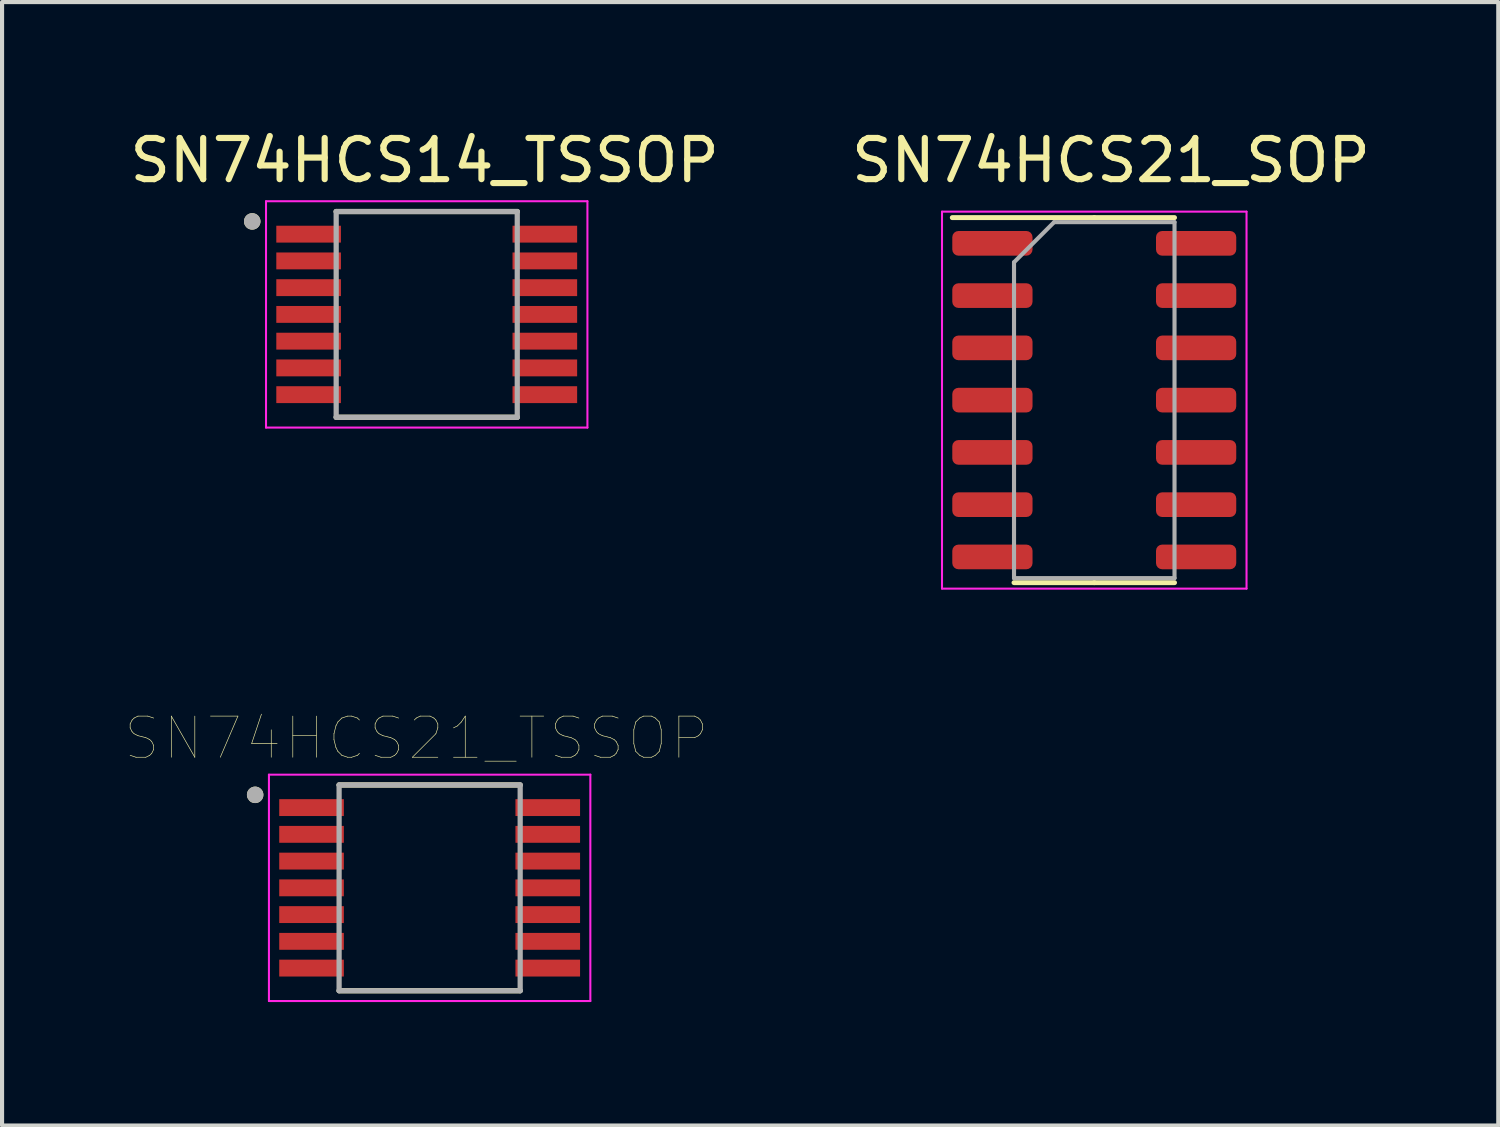
<source format=kicad_pcb>
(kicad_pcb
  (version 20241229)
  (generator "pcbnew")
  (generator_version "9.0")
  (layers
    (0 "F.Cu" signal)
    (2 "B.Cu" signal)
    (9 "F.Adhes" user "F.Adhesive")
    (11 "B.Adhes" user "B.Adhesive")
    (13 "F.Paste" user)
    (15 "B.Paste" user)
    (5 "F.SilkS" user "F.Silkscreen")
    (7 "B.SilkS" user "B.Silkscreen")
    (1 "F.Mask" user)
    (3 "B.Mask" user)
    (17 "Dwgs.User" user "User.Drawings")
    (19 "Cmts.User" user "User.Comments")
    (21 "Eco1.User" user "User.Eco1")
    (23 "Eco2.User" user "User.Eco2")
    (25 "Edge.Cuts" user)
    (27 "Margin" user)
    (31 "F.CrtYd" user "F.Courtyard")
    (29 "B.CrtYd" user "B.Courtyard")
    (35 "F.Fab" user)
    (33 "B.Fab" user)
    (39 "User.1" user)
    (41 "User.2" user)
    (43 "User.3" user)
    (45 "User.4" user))
  (footprint "SN74HCS21_SOP"
    (layer "F.Cu")
    (at 23.438 2.253)
    (property "Reference" "SN74HCS21_SOP" (at 0.508 -1.405 0) (layer "F.SilkS") (effects (font (size 1 1) (thickness 0.15))))
    (attr through_hole)
    (fp_line (start 0.102 -0.015) (end -3.348 -0.015) (stroke (width 0.12) (type solid)) (layer "F.SilkS"))
    (fp_line (start 0.102 -0.015) (end 2.052 -0.015) (stroke (width 0.12) (type solid)) (layer "F.SilkS"))
    (fp_line (start 0.102 8.855) (end -1.848 8.855) (stroke (width 0.12) (type solid)) (layer "F.SilkS"))
    (fp_line (start 0.102 8.855) (end 2.052 8.855) (stroke (width 0.12) (type solid)) (layer "F.SilkS"))
    (fp_line (start -3.598 -0.16) (end -3.598 9) (stroke (width 0.05) (type solid)) (layer "F.CrtYd"))
    (fp_line (start -3.598 9) (end 3.802 9) (stroke (width 0.05) (type solid)) (layer "F.CrtYd"))
    (fp_line (start 3.802 -0.16) (end -3.598 -0.16) (stroke (width 0.05) (type solid)) (layer "F.CrtYd"))
    (fp_line (start 3.802 9) (end 3.802 -0.16) (stroke (width 0.05) (type solid)) (layer "F.CrtYd"))
    (fp_line (start -1.848 1.07) (end -0.873 0.095) (stroke (width 0.1) (type solid)) (layer "F.Fab"))
    (fp_line (start -1.848 8.745) (end -1.848 1.07) (stroke (width 0.1) (type solid)) (layer "F.Fab"))
    (fp_line (start -0.873 0.095) (end 2.052 0.095) (stroke (width 0.1) (type solid)) (layer "F.Fab"))
    (fp_line (start 2.052 0.095) (end 2.052 8.745) (stroke (width 0.1) (type solid)) (layer "F.Fab"))
    (fp_line (start 2.052 8.745) (end -1.848 8.745) (stroke (width 0.1) (type solid)) (layer "F.Fab"))
    (pad "1" smd roundrect (at -2.373 0.61) (size 1.95 0.6) (layers "F.Cu" "F.Mask" "F.Paste") (roundrect_rratio 0.25))
    (pad "2" smd roundrect (at -2.373 1.88) (size 1.95 0.6) (layers "F.Cu" "F.Mask" "F.Paste") (roundrect_rratio 0.25))
    (pad "3" smd roundrect (at -2.373 3.15) (size 1.95 0.6) (layers "F.Cu" "F.Mask" "F.Paste") (roundrect_rratio 0.25))
    (pad "4" smd roundrect (at -2.373 4.42) (size 1.95 0.6) (layers "F.Cu" "F.Mask" "F.Paste") (roundrect_rratio 0.25))
    (pad "5" smd roundrect (at -2.373 5.69) (size 1.95 0.6) (layers "F.Cu" "F.Mask" "F.Paste") (roundrect_rratio 0.25))
    (pad "6" smd roundrect (at -2.373 6.96) (size 1.95 0.6) (layers "F.Cu" "F.Mask" "F.Paste") (roundrect_rratio 0.25))
    (pad "7" smd roundrect (at -2.373 8.23) (size 1.95 0.6) (layers "F.Cu" "F.Mask" "F.Paste") (roundrect_rratio 0.25))
    (pad "8" smd roundrect (at 2.577 8.23) (size 1.95 0.6) (layers "F.Cu" "F.Mask" "F.Paste") (roundrect_rratio 0.25))
    (pad "9" smd roundrect (at 2.577 6.96) (size 1.95 0.6) (layers "F.Cu" "F.Mask" "F.Paste") (roundrect_rratio 0.25))
    (pad "10" smd roundrect (at 2.577 5.69) (size 1.95 0.6) (layers "F.Cu" "F.Mask" "F.Paste") (roundrect_rratio 0.25))
    (pad "11" smd roundrect (at 2.577 4.42) (size 1.95 0.6) (layers "F.Cu" "F.Mask" "F.Paste") (roundrect_rratio 0.25))
    (pad "12" smd roundrect (at 2.577 3.15) (size 1.95 0.6) (layers "F.Cu" "F.Mask" "F.Paste") (roundrect_rratio 0.25))
    (pad "13" smd roundrect (at 2.577 1.88) (size 1.95 0.6) (layers "F.Cu" "F.Mask" "F.Paste") (roundrect_rratio 0.25))
    (pad "14" smd roundrect (at 2.577 0.61) (size 1.95 0.6) (layers "F.Cu" "F.Mask" "F.Paste") (roundrect_rratio 0.25)))
  (footprint "SN74HCS14_TSSOP"
    (layer "F.Cu")
    (at 7.471 1.237)
    (property "Reference" "SN74HCS14_TSSOP" (at -0.203 -0.389 0) (layer "F.SilkS") (effects (font (size 1 1) (thickness 0.15))))
    (attr through_hole)
    (fp_line (start -2.352 0.853) (end 2.048 0.853) (stroke (width 0.127) (type solid)) (layer "F.SilkS"))
    (fp_line (start -2.352 5.853) (end 2.048 5.853) (stroke (width 0.127) (type solid)) (layer "F.SilkS"))
    (fp_circle (center -4.392 1.093) (end -4.292 1.093) (stroke (width 0.2) (type solid)) (fill no) (layer "F.SilkS"))
    (fp_line (start -4.057 0.603) (end -4.057 6.103) (stroke (width 0.05) (type solid)) (layer "F.CrtYd"))
    (fp_line (start -4.057 0.603) (end 3.753 0.603) (stroke (width 0.05) (type solid)) (layer "F.CrtYd"))
    (fp_line (start -4.057 6.103) (end 3.753 6.103) (stroke (width 0.05) (type solid)) (layer "F.CrtYd"))
    (fp_line (start 3.753 0.603) (end 3.753 6.103) (stroke (width 0.05) (type solid)) (layer "F.CrtYd"))
    (fp_line (start -2.352 0.853) (end -2.352 5.853) (stroke (width 0.127) (type solid)) (layer "F.Fab"))
    (fp_line (start -2.352 0.853) (end 2.048 0.853) (stroke (width 0.127) (type solid)) (layer "F.Fab"))
    (fp_line (start -2.352 5.853) (end 2.048 5.853) (stroke (width 0.127) (type solid)) (layer "F.Fab"))
    (fp_line (start 2.048 0.853) (end 2.048 5.853) (stroke (width 0.127) (type solid)) (layer "F.Fab"))
    (fp_circle (center -4.392 1.093) (end -4.292 1.093) (stroke (width 0.2) (type solid)) (fill no) (layer "F.Fab"))
    (pad "1" smd rect (at -3.022 1.403) (size 1.57 0.41) (layers "F.Cu" "F.Mask" "F.Paste"))
    (pad "2" smd rect (at -3.022 2.053) (size 1.57 0.41) (layers "F.Cu" "F.Mask" "F.Paste"))
    (pad "3" smd rect (at -3.022 2.703) (size 1.57 0.41) (layers "F.Cu" "F.Mask" "F.Paste"))
    (pad "4" smd rect (at -3.022 3.353) (size 1.57 0.41) (layers "F.Cu" "F.Mask" "F.Paste"))
    (pad "5" smd rect (at -3.022 4.003) (size 1.57 0.41) (layers "F.Cu" "F.Mask" "F.Paste"))
    (pad "6" smd rect (at -3.022 4.653) (size 1.57 0.41) (layers "F.Cu" "F.Mask" "F.Paste"))
    (pad "7" smd rect (at -3.022 5.303) (size 1.57 0.41) (layers "F.Cu" "F.Mask" "F.Paste"))
    (pad "8" smd rect (at 2.718 5.303) (size 1.57 0.41) (layers "F.Cu" "F.Mask" "F.Paste"))
    (pad "9" smd rect (at 2.718 4.653) (size 1.57 0.41) (layers "F.Cu" "F.Mask" "F.Paste"))
    (pad "10" smd rect (at 2.718 4.003) (size 1.57 0.41) (layers "F.Cu" "F.Mask" "F.Paste"))
    (pad "11" smd rect (at 2.718 3.353) (size 1.57 0.41) (layers "F.Cu" "F.Mask" "F.Paste"))
    (pad "12" smd rect (at 2.718 2.703) (size 1.57 0.41) (layers "F.Cu" "F.Mask" "F.Paste"))
    (pad "13" smd rect (at 2.718 2.053) (size 1.57 0.41) (layers "F.Cu" "F.Mask" "F.Paste"))
    (pad "14" smd rect (at 2.718 1.403) (size 1.57 0.41) (layers "F.Cu" "F.Mask" "F.Paste")))
  (footprint "SN74HCS21_TSSOP"
    (layer "F.Cu")
    (at 7.39 18.524)
    (property "Reference" "SN74HCS21_TSSOP" (at -0.325 -3.635 0) (layer "F.SilkS") (effects (font (size 1 1) (thickness 0.015))))
    (attr through_hole)
    (fp_line (start -2.2 -2.5) (end 2.2 -2.5) (stroke (width 0.127) (type solid)) (layer "F.SilkS"))
    (fp_line (start -2.2 2.5) (end 2.2 2.5) (stroke (width 0.127) (type solid)) (layer "F.SilkS"))
    (fp_circle (center -4.24 -2.26) (end -4.14 -2.26) (stroke (width 0.2) (type solid)) (fill no) (layer "F.SilkS"))
    (fp_line (start -3.905 -2.75) (end -3.905 2.75) (stroke (width 0.05) (type solid)) (layer "F.CrtYd"))
    (fp_line (start -3.905 -2.75) (end 3.905 -2.75) (stroke (width 0.05) (type solid)) (layer "F.CrtYd"))
    (fp_line (start -3.905 2.75) (end 3.905 2.75) (stroke (width 0.05) (type solid)) (layer "F.CrtYd"))
    (fp_line (start 3.905 -2.75) (end 3.905 2.75) (stroke (width 0.05) (type solid)) (layer "F.CrtYd"))
    (fp_line (start -2.2 -2.5) (end -2.2 2.5) (stroke (width 0.127) (type solid)) (layer "F.Fab"))
    (fp_line (start -2.2 -2.5) (end 2.2 -2.5) (stroke (width 0.127) (type solid)) (layer "F.Fab"))
    (fp_line (start -2.2 2.5) (end 2.2 2.5) (stroke (width 0.127) (type solid)) (layer "F.Fab"))
    (fp_line (start 2.2 -2.5) (end 2.2 2.5) (stroke (width 0.127) (type solid)) (layer "F.Fab"))
    (fp_circle (center -4.24 -2.26) (end -4.14 -2.26) (stroke (width 0.2) (type solid)) (fill no) (layer "F.Fab"))
    (pad "1" smd rect (at -2.87 -1.95) (size 1.57 0.41) (layers "F.Cu" "F.Mask" "F.Paste"))
    (pad "2" smd rect (at -2.87 -1.3) (size 1.57 0.41) (layers "F.Cu" "F.Mask" "F.Paste"))
    (pad "3" smd rect (at -2.87 -0.65) (size 1.57 0.41) (layers "F.Cu" "F.Mask" "F.Paste"))
    (pad "4" smd rect (at -2.87 0) (size 1.57 0.41) (layers "F.Cu" "F.Mask" "F.Paste"))
    (pad "5" smd rect (at -2.87 0.65) (size 1.57 0.41) (layers "F.Cu" "F.Mask" "F.Paste"))
    (pad "6" smd rect (at -2.87 1.3) (size 1.57 0.41) (layers "F.Cu" "F.Mask" "F.Paste"))
    (pad "7" smd rect (at -2.87 1.95) (size 1.57 0.41) (layers "F.Cu" "F.Mask" "F.Paste"))
    (pad "8" smd rect (at 2.87 1.95) (size 1.57 0.41) (layers "F.Cu" "F.Mask" "F.Paste"))
    (pad "9" smd rect (at 2.87 1.3) (size 1.57 0.41) (layers "F.Cu" "F.Mask" "F.Paste"))
    (pad "10" smd rect (at 2.87 0.65) (size 1.57 0.41) (layers "F.Cu" "F.Mask" "F.Paste"))
    (pad "11" smd rect (at 2.87 0) (size 1.57 0.41) (layers "F.Cu" "F.Mask" "F.Paste"))
    (pad "12" smd rect (at 2.87 -0.65) (size 1.57 0.41) (layers "F.Cu" "F.Mask" "F.Paste"))
    (pad "13" smd rect (at 2.87 -1.3) (size 1.57 0.41) (layers "F.Cu" "F.Mask" "F.Paste"))
    (pad "14" smd rect (at 2.87 -1.95) (size 1.57 0.41) (layers "F.Cu" "F.Mask" "F.Paste")))
  (gr_rect
    (start -3 -3)
    (end 33.357 24.299)
    (stroke (width 0.1) (type default))
    (fill no)
    (layer "Edge.Cuts")))
</source>
